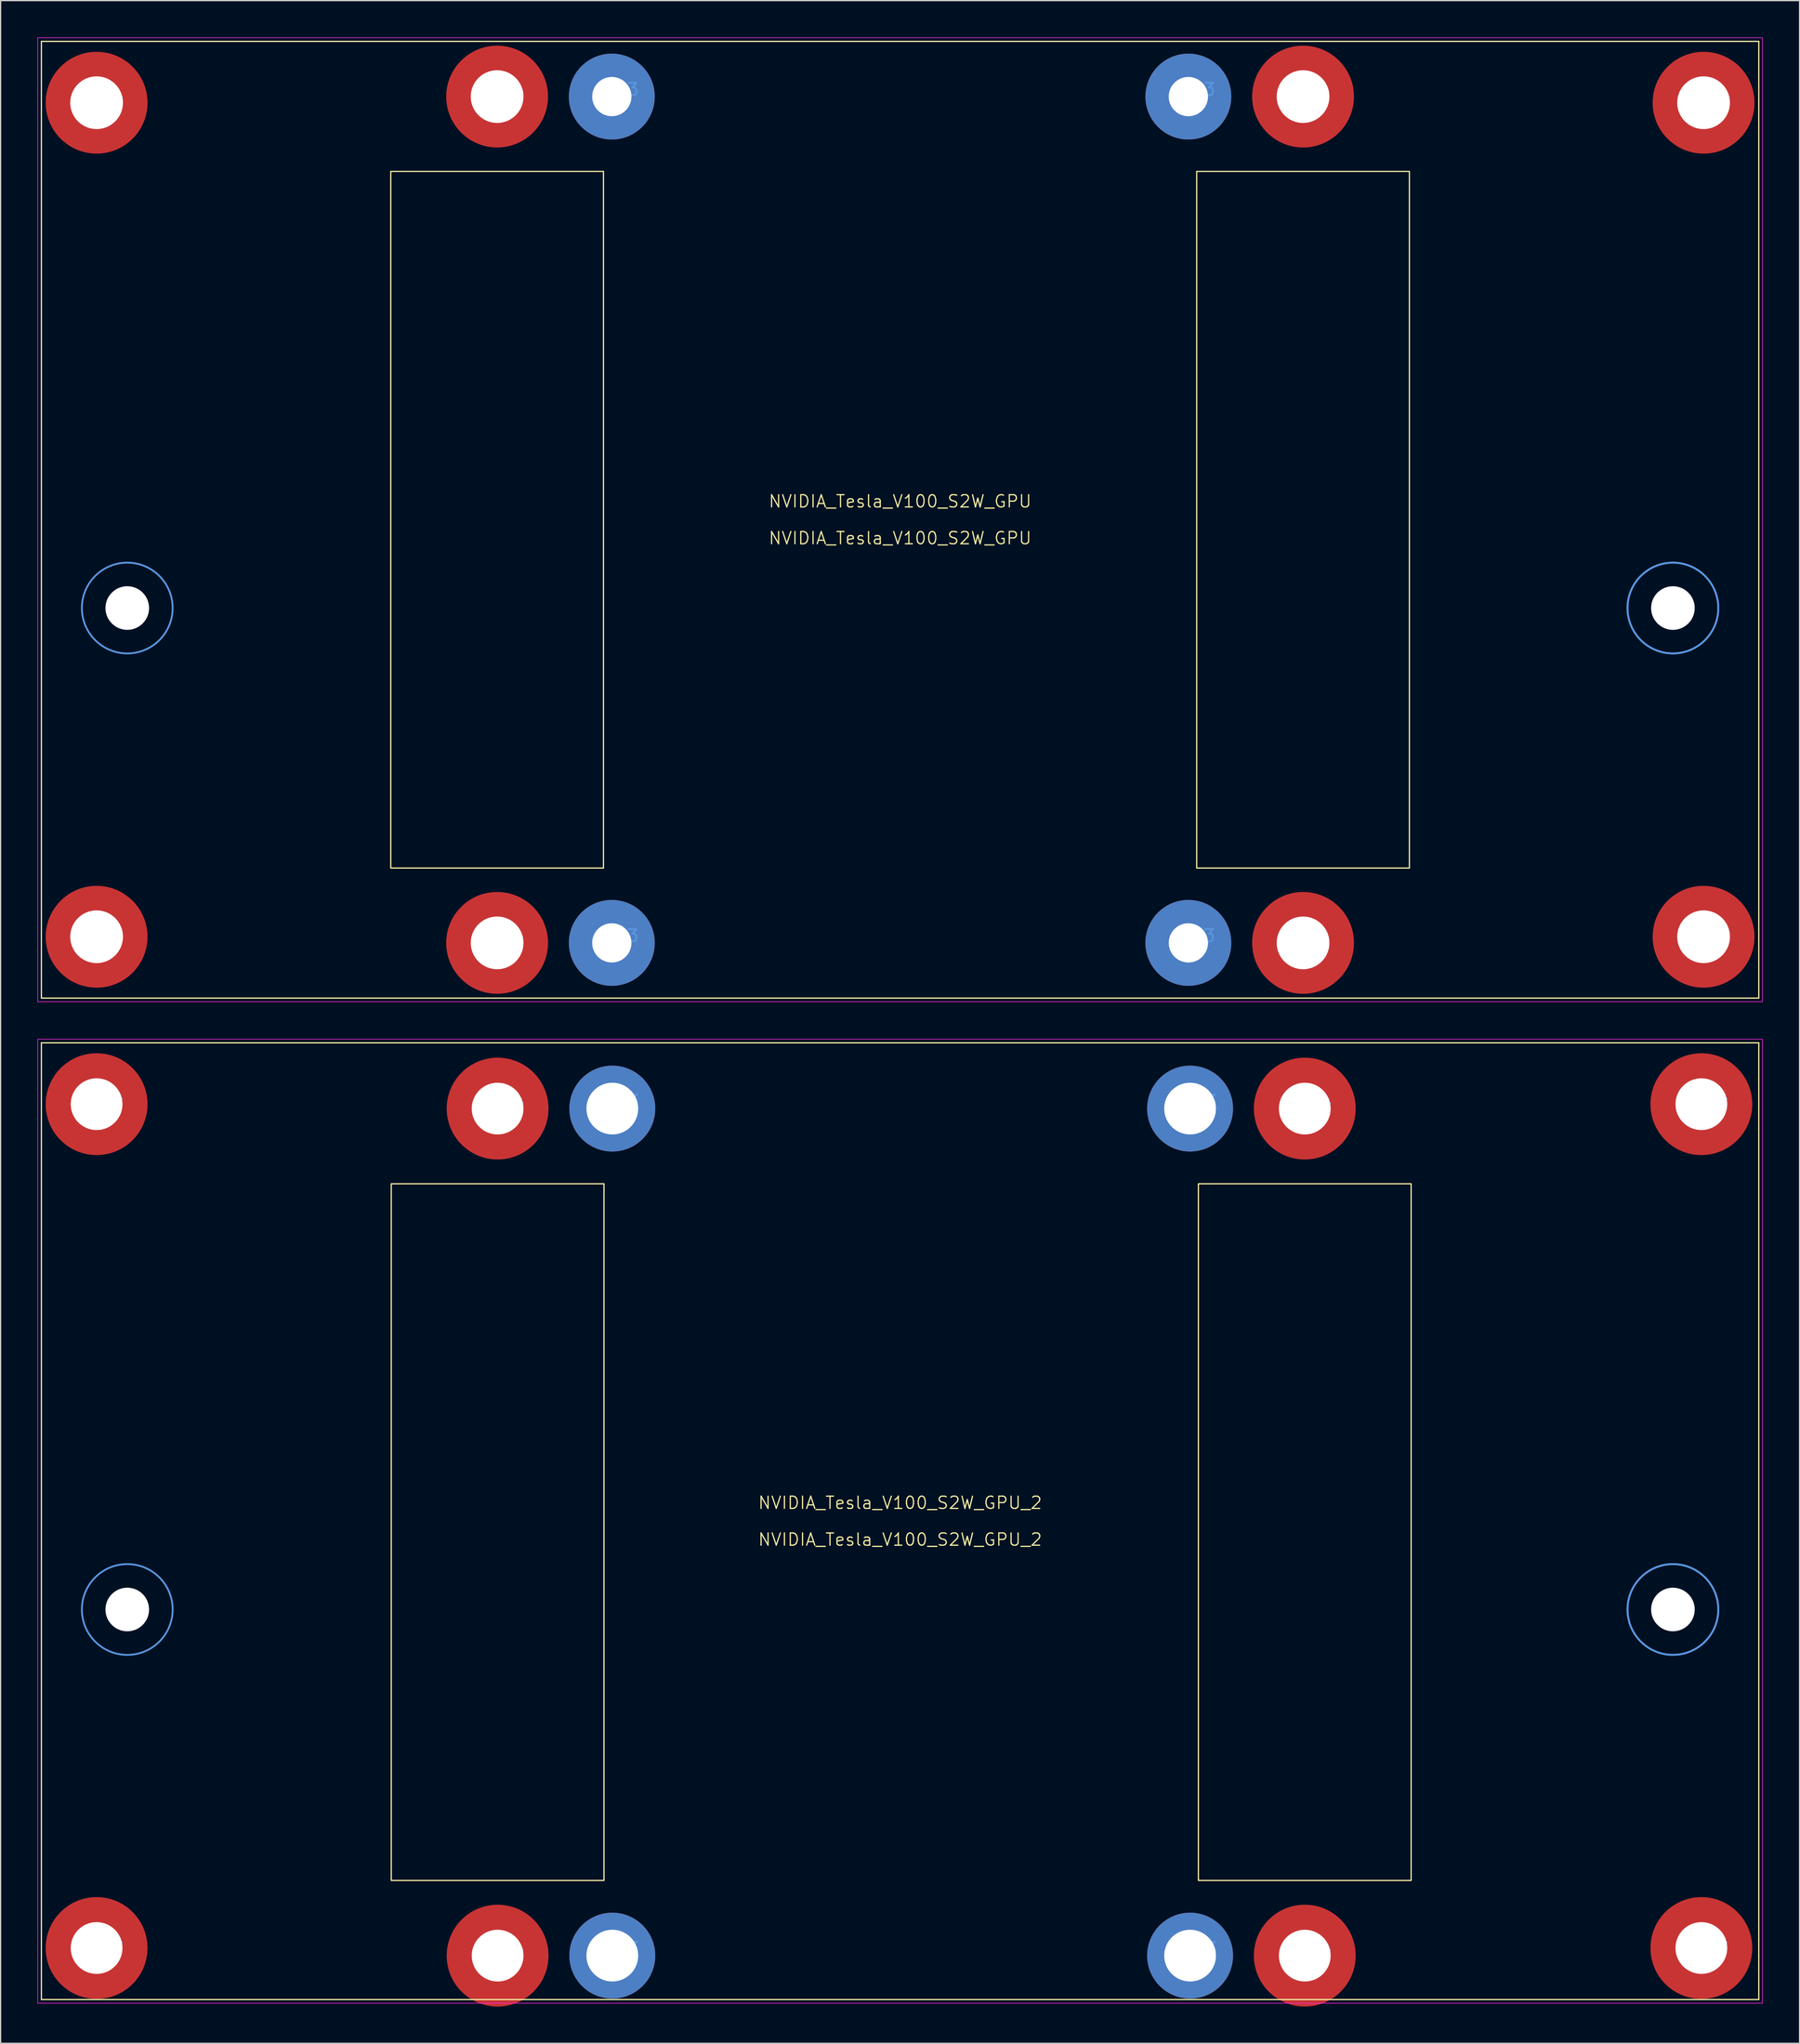
<source format=kicad_pcb>
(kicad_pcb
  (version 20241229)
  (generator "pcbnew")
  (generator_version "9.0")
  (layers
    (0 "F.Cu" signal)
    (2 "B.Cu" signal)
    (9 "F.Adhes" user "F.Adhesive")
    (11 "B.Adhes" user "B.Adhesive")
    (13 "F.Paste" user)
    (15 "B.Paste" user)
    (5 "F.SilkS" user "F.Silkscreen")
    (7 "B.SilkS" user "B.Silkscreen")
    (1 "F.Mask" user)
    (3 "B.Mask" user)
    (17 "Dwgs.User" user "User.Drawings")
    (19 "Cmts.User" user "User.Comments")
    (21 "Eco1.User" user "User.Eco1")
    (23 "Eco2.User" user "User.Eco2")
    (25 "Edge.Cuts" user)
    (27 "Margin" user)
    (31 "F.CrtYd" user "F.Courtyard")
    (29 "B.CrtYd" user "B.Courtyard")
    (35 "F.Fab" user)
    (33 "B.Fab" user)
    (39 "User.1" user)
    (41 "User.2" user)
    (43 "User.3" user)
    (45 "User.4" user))
  (footprint "NVIDIA_Tesla_V100_S2W_GPU_2"
    (layer "F.Cu")
    (at 0.325 81.975)
    (property "Reference" "NVIDIA_Tesla_V100_S2W_GPU_2" (at 70 37.5 0) (unlocked yes) (layer "F.SilkS") (effects (font (size 1 1) (thickness 0.1))))
    (attr board_only exclude_from_bom dnp)
    (fp_line (start 0 0) (end 0 78) (stroke (width 0.1) (type solid)) (layer "F.SilkS"))
    (fp_line (start 0 0) (end 140 0) (stroke (width 0.1) (type solid)) (layer "F.SilkS"))
    (fp_line (start 0 78) (end 140 78) (stroke (width 0.1) (type solid)) (layer "F.SilkS"))
    (fp_line (start 140 0) (end 140 78) (stroke (width 0.1) (type solid)) (layer "F.SilkS"))
    (fp_rect (start 28.52 11.49) (end 45.86 68.29) (stroke (width 0.1) (type solid)) (fill no) (layer "F.SilkS"))
    (fp_rect (start 94.32 11.49) (end 111.66 68.29) (stroke (width 0.1) (type solid)) (fill no) (layer "F.SilkS"))
    (fp_line (start 3.5 4) (end 5.5 6) (stroke (width 0.1) (type default)) (layer "Dwgs.User"))
    (fp_line (start 3.5 72.8) (end 5.5 74.8) (stroke (width 0.1) (type default)) (layer "Dwgs.User"))
    (fp_line (start 5.5 4) (end 3.5 6) (stroke (width 0.1) (type default)) (layer "Dwgs.User"))
    (fp_line (start 5.5 72.8) (end 3.5 74.8) (stroke (width 0.1) (type default)) (layer "Dwgs.User"))
    (fp_line (start 36.19 4.36) (end 38.19 6.36) (stroke (width 0.1) (type default)) (layer "Dwgs.User"))
    (fp_line (start 36.19 73.42) (end 38.19 75.42) (stroke (width 0.1) (type default)) (layer "Dwgs.User"))
    (fp_line (start 38.19 4.36) (end 36.19 6.36) (stroke (width 0.1) (type default)) (layer "Dwgs.User"))
    (fp_line (start 38.19 73.42) (end 36.19 75.42) (stroke (width 0.1) (type default)) (layer "Dwgs.User"))
    (fp_line (start 45.54 4.36) (end 47.54 6.36) (stroke (width 0.1) (type default)) (layer "Dwgs.User"))
    (fp_line (start 45.54 73.42) (end 47.54 75.42) (stroke (width 0.1) (type default)) (layer "Dwgs.User"))
    (fp_line (start 47.54 4.36) (end 45.54 6.36) (stroke (width 0.1) (type default)) (layer "Dwgs.User"))
    (fp_line (start 47.54 73.42) (end 45.54 75.42) (stroke (width 0.1) (type default)) (layer "Dwgs.User"))
    (fp_line (start 92.64 4.36) (end 94.64 6.36) (stroke (width 0.1) (type default)) (layer "Dwgs.User"))
    (fp_line (start 92.64 73.42) (end 94.64 75.42) (stroke (width 0.1) (type default)) (layer "Dwgs.User"))
    (fp_line (start 94.64 4.36) (end 92.64 6.36) (stroke (width 0.1) (type default)) (layer "Dwgs.User"))
    (fp_line (start 94.64 73.42) (end 92.64 75.42) (stroke (width 0.1) (type default)) (layer "Dwgs.User"))
    (fp_line (start 101.99 4.36) (end 103.99 6.36) (stroke (width 0.1) (type default)) (layer "Dwgs.User"))
    (fp_line (start 101.99 73.42) (end 103.99 75.42) (stroke (width 0.1) (type default)) (layer "Dwgs.User"))
    (fp_line (start 103.99 4.36) (end 101.99 6.36) (stroke (width 0.1) (type default)) (layer "Dwgs.User"))
    (fp_line (start 103.99 73.42) (end 101.99 75.42) (stroke (width 0.1) (type default)) (layer "Dwgs.User"))
    (fp_line (start 134.32 4) (end 136.32 6) (stroke (width 0.1) (type default)) (layer "Dwgs.User"))
    (fp_line (start 134.32 72.8) (end 136.32 74.8) (stroke (width 0.1) (type default)) (layer "Dwgs.User"))
    (fp_line (start 136.32 4) (end 134.32 6) (stroke (width 0.1) (type default)) (layer "Dwgs.User"))
    (fp_line (start 136.32 72.8) (end 134.32 74.8) (stroke (width 0.1) (type default)) (layer "Dwgs.User"))
    (fp_circle (center 7 46.2) (end 10.7 46.2) (stroke (width 0.15) (type solid)) (fill no) (layer "Cmts.User"))
    (fp_circle (center 133 46.2) (end 136.7 46.2) (stroke (width 0.15) (type solid)) (fill no) (layer "Cmts.User"))
    (fp_circle (center 133 46.2) (end 136.7 46.2) (stroke (width 0.15) (type solid)) (fill no) (layer "Cmts.User"))
    (fp_rect (start -0.3 -0.3) (end 140.3 78.3) (stroke (width 0.05) (type default)) (fill no) (layer "F.CrtYd"))
    (fp_text user "${REFERENCE}" (at 70 40.5 0) (unlocked yes) (layer "F.SilkS") (effects (font (size 1 1) (thickness 0.1))))
    (fp_text user "M4" (at 102.99 74.42 0) (unlocked yes) (layer "Cmts.User") (effects (font (size 1 1) (thickness 0.15)) (justify left bottom)))
    (fp_text user "M3" (at 93.64 74.42 0) (unlocked yes) (layer "Cmts.User") (effects (font (size 1 1) (thickness 0.15)) (justify left bottom)))
    (fp_text user "M3" (at 93.64 5.36 0) (unlocked yes) (layer "Cmts.User") (effects (font (size 1 1) (thickness 0.15)) (justify left bottom)))
    (fp_text user "M3" (at 46.54 5.36 0) (unlocked yes) (layer "Cmts.User") (effects (font (size 1 1) (thickness 0.15)) (justify left bottom)))
    (fp_text user "M4" (at 4.5 5 0) (unlocked yes) (layer "Cmts.User") (effects (font (size 1 1) (thickness 0.15)) (justify left bottom)))
    (fp_text user "M4" (at 37.19 74.42 0) (unlocked yes) (layer "Cmts.User") (effects (font (size 1 1) (thickness 0.15)) (justify left bottom)))
    (fp_text user "M4" (at 4.5 73.8 0) (unlocked yes) (layer "Cmts.User") (effects (font (size 1 1) (thickness 0.15)) (justify left bottom)))
    (fp_text user "M4" (at 37.19 5.36 0) (unlocked yes) (layer "Cmts.User") (effects (font (size 1 1) (thickness 0.15)) (justify left bottom)))
    (fp_text user "M4" (at 135.32 73.8 0) (unlocked yes) (layer "Cmts.User") (effects (font (size 1 1) (thickness 0.15)) (justify left bottom)))
    (fp_text user "M4" (at 102.99 5.36 0) (unlocked yes) (layer "Cmts.User") (effects (font (size 1 1) (thickness 0.15)) (justify left bottom)))
    (fp_text user "M4" (at 135.32 5 0) (unlocked yes) (layer "Cmts.User") (effects (font (size 1 1) (thickness 0.15)) (justify left bottom)))
    (fp_text user "M3" (at 46.54 74.42 0) (unlocked yes) (layer "Cmts.User") (effects (font (size 1 1) (thickness 0.15)) (justify left bottom)))
    (pad "" np_thru_hole circle (at 4.5 5) (size 8.3 8.3) (drill 4.22) (layers "F.Cu" "F.Mask"))
    (pad "" np_thru_hole circle (at 4.5 73.8) (size 8.3 8.3) (drill 4.22) (layers "F.Cu" "F.Mask"))
    (pad "" np_thru_hole circle (at 7 46.2) (size 3.556 3.556) (drill oval 10 5) (layers "*.Cu" "*.Mask"))
    (pad "" np_thru_hole circle (at 37.19 5.36) (size 8.3 8.3) (drill 4.22) (layers "F.Cu" "F.Mask"))
    (pad "" np_thru_hole circle (at 37.19 74.42) (size 8.3 8.3) (drill 4.22) (layers "F.Cu" "F.Mask"))
    (pad "" thru_hole circle (at 46.54 5.36) (size 7 7) (drill 4.22) (layers "*.Cu" "*.Mask") (remove_unused_layers yes) (keep_end_layers yes) (zone_layer_connections) (padstack (mode custom) (layer "B.Cu" (shape circle) (size 7 7))))
    (pad "" thru_hole circle (at 46.54 74.42) (size 7 7) (drill 4.22) (layers "*.Cu" "*.Mask") (remove_unused_layers yes) (keep_end_layers yes) (zone_layer_connections) (padstack (mode custom) (layer "B.Cu" (shape circle) (size 7 7))))
    (pad "" thru_hole circle (at 93.64 5.36) (size 7 7) (drill 4.22) (layers "*.Cu" "*.Mask") (remove_unused_layers yes) (keep_end_layers yes) (zone_layer_connections) (padstack (mode custom) (layer "B.Cu" (shape circle) (size 7 7))))
    (pad "" thru_hole circle (at 93.64 74.42) (size 7 7) (drill 4.22) (layers "*.Cu" "*.Mask") (remove_unused_layers yes) (keep_end_layers yes) (zone_layer_connections) (padstack (mode custom) (layer "B.Cu" (shape circle) (size 7 7))))
    (pad "" np_thru_hole circle (at 102.99 5.36) (size 8.3 8.3) (drill 4.22) (layers "F.Cu" "F.Mask"))
    (pad "" np_thru_hole circle (at 102.99 74.42) (size 8.3 8.3) (drill 4.22) (layers "F.Cu" "F.Mask"))
    (pad "" np_thru_hole circle (at 133 46.2) (size 3.556 3.556) (drill oval 10 5) (layers "*.Cu" "*.Mask"))
    (pad "" np_thru_hole circle (at 135.32 5) (size 8.3 8.3) (drill 4.22) (layers "F.Cu" "F.Mask"))
    (pad "" np_thru_hole circle (at 135.32 73.8) (size 8.3 8.3) (drill 4.22) (layers "F.Cu" "F.Mask")))
  (footprint "NVIDIA_Tesla_V100_S2W_GPU"
    (layer "F.Cu")
    (at 0.325 0.325)
    (property "Reference" "NVIDIA_Tesla_V100_S2W_GPU" (at 70 37.5 0) (unlocked yes) (layer "F.SilkS") (effects (font (size 1 1) (thickness 0.1))))
    (attr board_only exclude_from_bom dnp)
    (fp_line (start 0 0) (end 0 78) (stroke (width 0.1) (type solid)) (layer "F.SilkS"))
    (fp_line (start 0 0) (end 140 0) (stroke (width 0.1) (type solid)) (layer "F.SilkS"))
    (fp_line (start 0 78) (end 140 78) (stroke (width 0.1) (type solid)) (layer "F.SilkS"))
    (fp_line (start 140 0) (end 140 78) (stroke (width 0.1) (type solid)) (layer "F.SilkS"))
    (fp_rect (start 28.48 10.6) (end 45.82 67.4) (stroke (width 0.1) (type solid)) (fill no) (layer "F.SilkS"))
    (fp_rect (start 94.18 10.6) (end 111.52 67.4) (stroke (width 0.1) (type solid)) (fill no) (layer "F.SilkS"))
    (fp_line (start 3.5 4) (end 5.5 6) (stroke (width 0.1) (type default)) (layer "Dwgs.User"))
    (fp_line (start 3.5 72) (end 5.5 74) (stroke (width 0.1) (type default)) (layer "Dwgs.User"))
    (fp_line (start 5.5 4) (end 3.5 6) (stroke (width 0.1) (type default)) (layer "Dwgs.User"))
    (fp_line (start 5.5 72) (end 3.5 74) (stroke (width 0.1) (type default)) (layer "Dwgs.User"))
    (fp_line (start 36.15 3.5) (end 38.15 5.5) (stroke (width 0.1) (type default)) (layer "Dwgs.User"))
    (fp_line (start 36.15 72.5) (end 38.15 74.5) (stroke (width 0.1) (type default)) (layer "Dwgs.User"))
    (fp_line (start 38.15 3.5) (end 36.15 5.5) (stroke (width 0.1) (type default)) (layer "Dwgs.User"))
    (fp_line (start 38.15 72.5) (end 36.15 74.5) (stroke (width 0.1) (type default)) (layer "Dwgs.User"))
    (fp_line (start 45.5 3.5) (end 47.5 5.5) (stroke (width 0.1) (type default)) (layer "Dwgs.User"))
    (fp_line (start 45.5 72.5) (end 47.5 74.5) (stroke (width 0.1) (type default)) (layer "Dwgs.User"))
    (fp_line (start 47.5 3.5) (end 45.5 5.5) (stroke (width 0.1) (type default)) (layer "Dwgs.User"))
    (fp_line (start 47.5 72.5) (end 45.5 74.5) (stroke (width 0.1) (type default)) (layer "Dwgs.User"))
    (fp_line (start 92.5 3.5) (end 94.5 5.5) (stroke (width 0.1) (type default)) (layer "Dwgs.User"))
    (fp_line (start 92.5 72.5) (end 94.5 74.5) (stroke (width 0.1) (type default)) (layer "Dwgs.User"))
    (fp_line (start 94.5 3.5) (end 92.5 5.5) (stroke (width 0.1) (type default)) (layer "Dwgs.User"))
    (fp_line (start 94.5 72.5) (end 92.5 74.5) (stroke (width 0.1) (type default)) (layer "Dwgs.User"))
    (fp_line (start 101.85 3.5) (end 103.85 5.5) (stroke (width 0.1) (type default)) (layer "Dwgs.User"))
    (fp_line (start 101.85 72.5) (end 103.85 74.5) (stroke (width 0.1) (type default)) (layer "Dwgs.User"))
    (fp_line (start 103.85 3.5) (end 101.85 5.5) (stroke (width 0.1) (type default)) (layer "Dwgs.User"))
    (fp_line (start 103.85 72.5) (end 101.85 74.5) (stroke (width 0.1) (type default)) (layer "Dwgs.User"))
    (fp_line (start 134.5 4) (end 136.5 6) (stroke (width 0.1) (type default)) (layer "Dwgs.User"))
    (fp_line (start 134.5 72) (end 136.5 74) (stroke (width 0.1) (type default)) (layer "Dwgs.User"))
    (fp_line (start 136.5 4) (end 134.5 6) (stroke (width 0.1) (type default)) (layer "Dwgs.User"))
    (fp_line (start 136.5 72) (end 134.5 74) (stroke (width 0.1) (type default)) (layer "Dwgs.User"))
    (fp_circle (center 7 46.2) (end 10.7 46.2) (stroke (width 0.15) (type solid)) (fill no) (layer "Cmts.User"))
    (fp_circle (center 133 46.2) (end 136.7 46.2) (stroke (width 0.15) (type solid)) (fill no) (layer "Cmts.User"))
    (fp_circle (center 133 46.2) (end 136.7 46.2) (stroke (width 0.15) (type solid)) (fill no) (layer "Cmts.User"))
    (fp_rect (start -0.3 -0.3) (end 140.3 78.3) (stroke (width 0.05) (type default)) (fill no) (layer "F.CrtYd"))
    (fp_text user "${REFERENCE}" (at 70 40.5 0) (unlocked yes) (layer "F.SilkS") (effects (font (size 1 1) (thickness 0.1))))
    (fp_text user "M3" (at 93.5 73.5 0) (unlocked yes) (layer "Cmts.User") (effects (font (size 1 1) (thickness 0.15)) (justify left bottom)))
    (fp_text user "M4" (at 37.15 73.5 0) (unlocked yes) (layer "Cmts.User") (effects (font (size 1 1) (thickness 0.15)) (justify left bottom)))
    (fp_text user "M4" (at 102.85 73.5 0) (unlocked yes) (layer "Cmts.User") (effects (font (size 1 1) (thickness 0.15)) (justify left bottom)))
    (fp_text user "M4" (at 102.85 4.5 0) (unlocked yes) (layer "Cmts.User") (effects (font (size 1 1) (thickness 0.15)) (justify left bottom)))
    (fp_text user "M4" (at 4.5 5 0) (unlocked yes) (layer "Cmts.User") (effects (font (size 1 1) (thickness 0.15)) (justify left bottom)))
    (fp_text user "M4" (at 135.5 73 0) (unlocked yes) (layer "Cmts.User") (effects (font (size 1 1) (thickness 0.15)) (justify left bottom)))
    (fp_text user "M3" (at 46.5 4.5 0) (unlocked yes) (layer "Cmts.User") (effects (font (size 1 1) (thickness 0.15)) (justify left bottom)))
    (fp_text user "M3" (at 93.5 4.5 0) (unlocked yes) (layer "Cmts.User") (effects (font (size 1 1) (thickness 0.15)) (justify left bottom)))
    (fp_text user "M4" (at 37.15 4.5 0) (unlocked yes) (layer "Cmts.User") (effects (font (size 1 1) (thickness 0.15)) (justify left bottom)))
    (fp_text user "M4" (at 135.5 5 0) (unlocked yes) (layer "Cmts.User") (effects (font (size 1 1) (thickness 0.15)) (justify left bottom)))
    (fp_text user "M3" (at 46.5 73.5 0) (unlocked yes) (layer "Cmts.User") (effects (font (size 1 1) (thickness 0.15)) (justify left bottom)))
    (fp_text user "M4" (at 4.5 73 0) (unlocked yes) (layer "Cmts.User") (effects (font (size 1 1) (thickness 0.15)) (justify left bottom)))
    (pad "" np_thru_hole circle (at 4.5 5) (size 8.3 8.3) (drill 4.3) (layers "F.Cu" "F.Mask"))
    (pad "" np_thru_hole circle (at 4.5 73) (size 8.3 8.3) (drill 4.3) (layers "F.Cu" "F.Mask"))
    (pad "" np_thru_hole circle (at 7 46.2) (size 3.556 3.556) (drill oval 5 3.556) (layers "*.Cu" "*.Mask"))
    (pad "" np_thru_hole circle (at 37.15 4.5) (size 8.3 8.3) (drill 4.3) (layers "F.Cu" "F.Mask"))
    (pad "" np_thru_hole circle (at 37.15 73.5) (size 8.3 8.3) (drill 4.3) (layers "F.Cu" "F.Mask"))
    (pad "" thru_hole circle (at 46.5 4.5) (size 7 7) (drill 3.2) (layers "*.Cu" "*.Mask") (remove_unused_layers yes) (keep_end_layers yes) (zone_layer_connections) (padstack (mode custom) (layer "B.Cu" (shape circle) (size 7 7))))
    (pad "" thru_hole circle (at 46.5 73.5) (size 7 7) (drill 3.2) (layers "*.Cu" "*.Mask") (remove_unused_layers yes) (keep_end_layers yes) (zone_layer_connections) (padstack (mode custom) (layer "B.Cu" (shape circle) (size 7 7))))
    (pad "" thru_hole circle (at 93.5 4.5) (size 7 7) (drill 3.2) (layers "*.Cu" "*.Mask") (remove_unused_layers yes) (keep_end_layers yes) (zone_layer_connections) (padstack (mode custom) (layer "B.Cu" (shape circle) (size 7 7))))
    (pad "" thru_hole circle (at 93.5 73.5) (size 7 7) (drill 3.2) (layers "*.Cu" "*.Mask") (remove_unused_layers yes) (keep_end_layers yes) (zone_layer_connections) (padstack (mode custom) (layer "B.Cu" (shape circle) (size 7 7))))
    (pad "" np_thru_hole circle (at 102.85 4.5) (size 8.3 8.3) (drill 4.3) (layers "F.Cu" "F.Mask"))
    (pad "" np_thru_hole circle (at 102.85 73.5) (size 8.3 8.3) (drill 4.3) (layers "F.Cu" "F.Mask"))
    (pad "" np_thru_hole circle (at 133 46.2) (size 3.556 3.556) (drill oval 5 3.556) (layers "*.Cu" "*.Mask"))
    (pad "" np_thru_hole circle (at 135.5 5) (size 8.3 8.3) (drill 4.3) (layers "F.Cu" "F.Mask"))
    (pad "" np_thru_hole circle (at 135.5 73) (size 8.3 8.3) (drill 4.3) (layers "F.Cu" "F.Mask")))
  (gr_rect
    (start -3 -3)
    (end 143.65 163.545)
    (stroke (width 0.1) (type default))
    (fill no)
    (layer "Edge.Cuts")))
</source>
